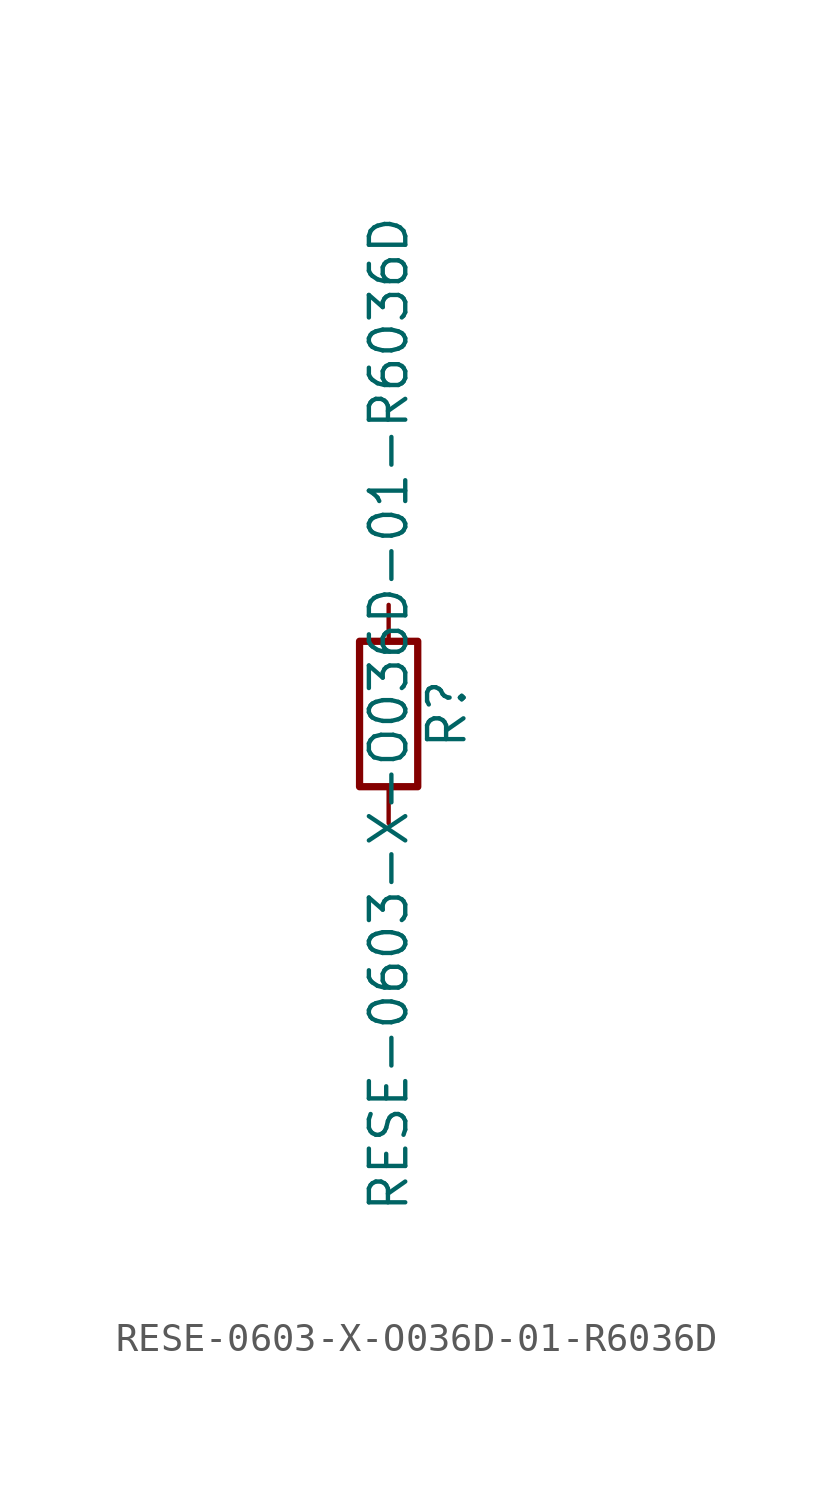
<source format=kicad_sym>
(kicad_symbol_lib
  (version 20211014)
  (generator kicad_symbol_editor)
  (symbol "RESE-0603-X-O036D-01-R6036D"
    (pin_numbers hide)
    (pin_names
      (offset 0))
    (property "Reference" "R"
      (at 2.032 0 90)
      (effects (font (size 1.27 1.27))))
    (property "Value" "RESE-0603-X-O036D-01-R6036D"
      (at 0 0 90)
      (effects (font (size 1.27 1.27))))
    (symbol "RESE-0603-X-O036D-01-R6036D_0_1"
      (rectangle (start -1.016 -2.54) (end 1.016 2.54) (stroke (width 0.254) (type default) (color 0 0 0 0)) (fill (type none))))
    (symbol "RESE-0603-X-O036D-01-R6036D_1_1"
      (pin passive line (at 0 3.81 270) (length 1.27) (name "~" (effects (font (size 1.27 1.27)))) (number "1" (effects (font (size 1.27 1.27)))))
      (pin passive line (at 0 -3.81 90) (length 1.27) (name "~" (effects (font (size 1.27 1.27)))) (number "2" (effects (font (size 1.27 1.27))))))))
</source>
